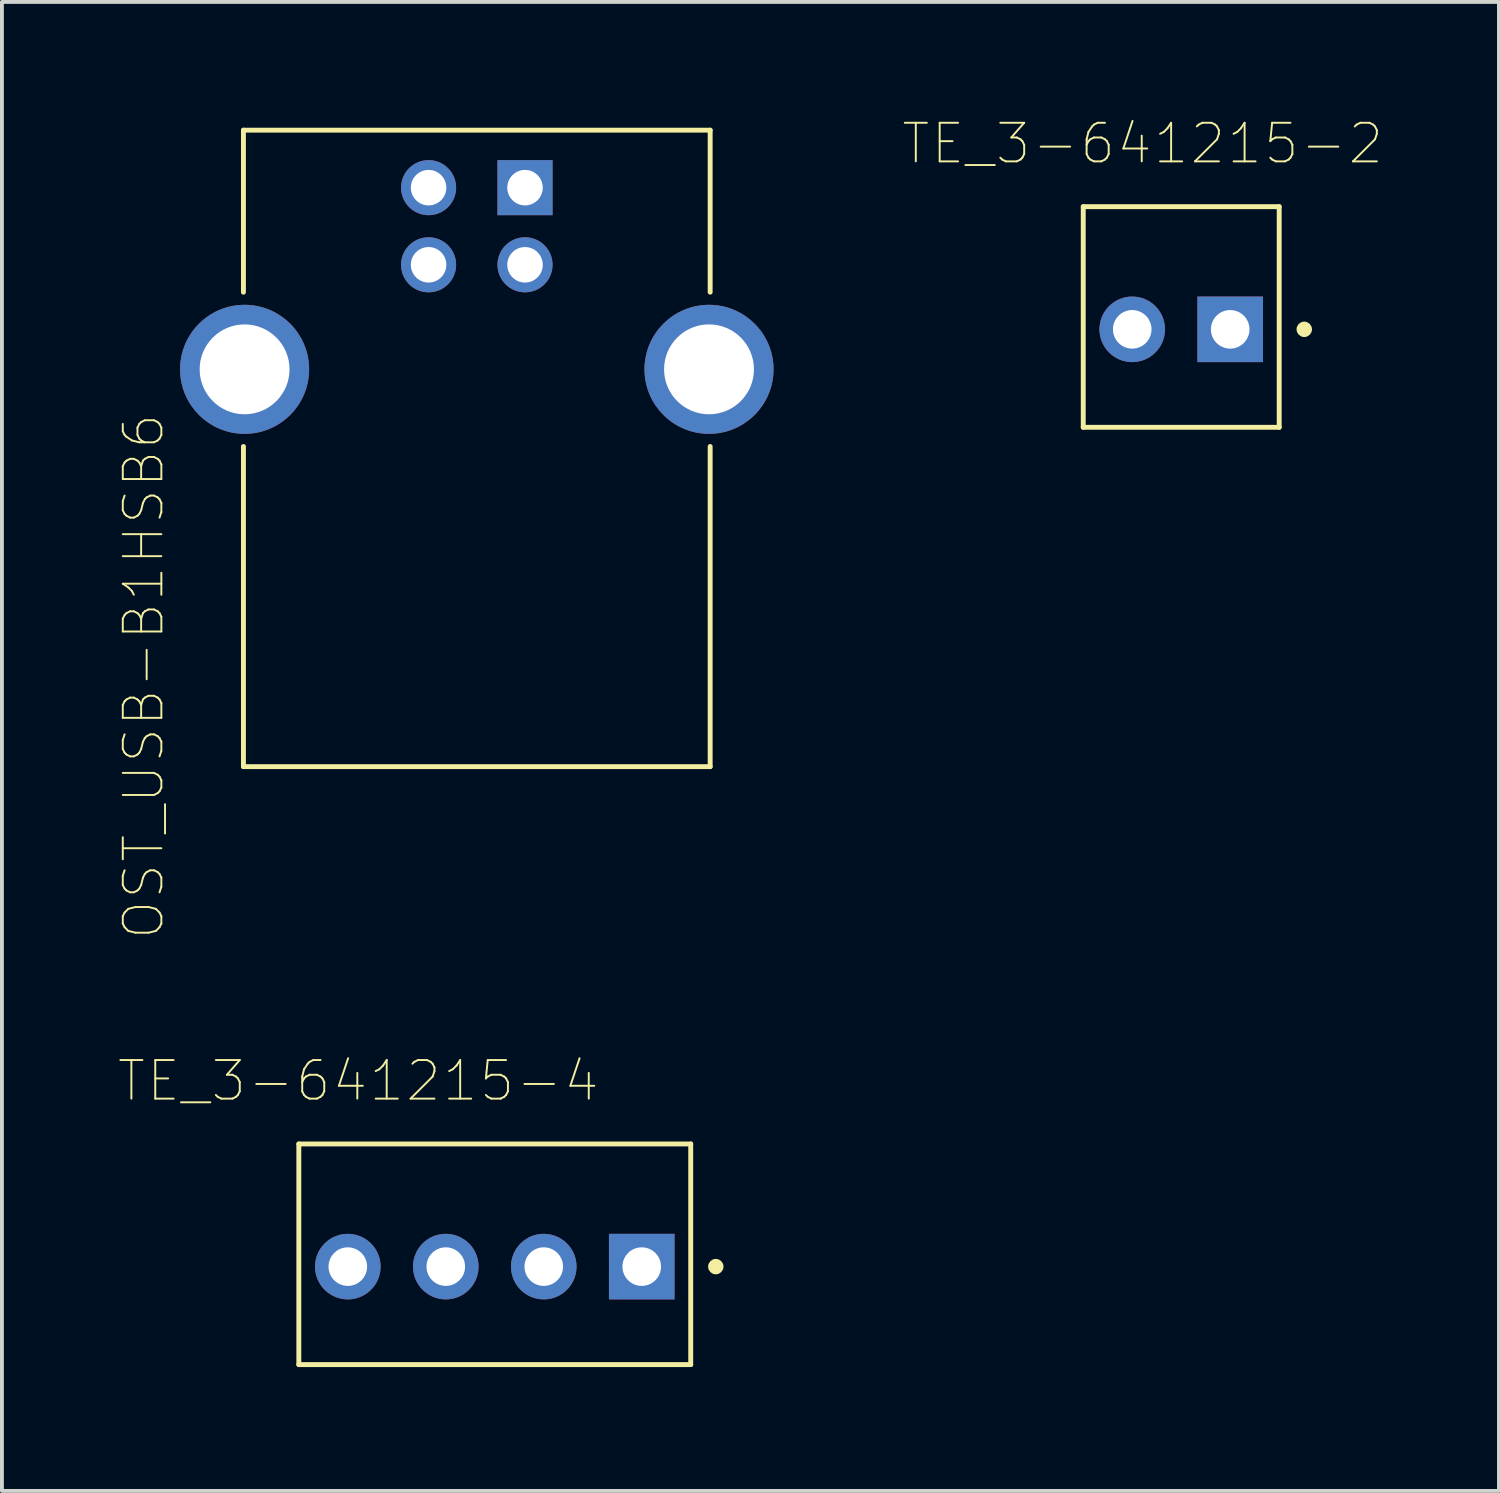
<source format=kicad_pcb>
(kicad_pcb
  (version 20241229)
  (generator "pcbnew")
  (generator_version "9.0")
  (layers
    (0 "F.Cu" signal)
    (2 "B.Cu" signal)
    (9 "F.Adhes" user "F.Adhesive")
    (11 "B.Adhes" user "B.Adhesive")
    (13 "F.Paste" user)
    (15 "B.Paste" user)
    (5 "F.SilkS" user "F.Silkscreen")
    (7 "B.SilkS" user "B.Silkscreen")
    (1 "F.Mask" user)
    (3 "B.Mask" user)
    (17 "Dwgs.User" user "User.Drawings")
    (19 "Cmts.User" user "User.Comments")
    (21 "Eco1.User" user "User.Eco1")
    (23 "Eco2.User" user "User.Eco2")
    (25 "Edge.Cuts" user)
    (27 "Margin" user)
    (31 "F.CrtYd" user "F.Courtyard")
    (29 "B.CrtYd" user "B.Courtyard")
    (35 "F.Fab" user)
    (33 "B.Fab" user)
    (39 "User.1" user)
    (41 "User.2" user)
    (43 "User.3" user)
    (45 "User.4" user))
  (footprint "OST_USB-B1HSB6"
    (layer "F.Cu")
    (at 9.311 6.525)
    (property "Reference" "OST_USB-B1HSB6" (at -8.638 7.963 90) (layer "F.SilkS") (effects (font (size 1 1) (thickness 0.05))))
    (attr through_hole)
    (fp_line (start -6.05 -6.2) (end 6.05 -6.2) (stroke (width 0.127) (type solid)) (layer "F.SilkS"))
    (fp_line (start -6.05 -2) (end -6.05 -6.2) (stroke (width 0.127) (type solid)) (layer "F.SilkS"))
    (fp_line (start -6.05 10.3) (end -6.05 2) (stroke (width 0.127) (type solid)) (layer "F.SilkS"))
    (fp_line (start 6.05 -6.2) (end 6.05 -2) (stroke (width 0.127) (type solid)) (layer "F.SilkS"))
    (fp_line (start 6.05 2) (end 6.05 10.3) (stroke (width 0.127) (type solid)) (layer "F.SilkS"))
    (fp_line (start 6.05 10.3) (end -6.05 10.3) (stroke (width 0.127) (type solid)) (layer "F.SilkS"))
    (fp_line (start -8 -6.5) (end 8 -6.5) (stroke (width 0.05) (type solid)) (layer "Eco1.User"))
    (fp_line (start -8 10.5) (end -8 -6.5) (stroke (width 0.05) (type solid)) (layer "Eco1.User"))
    (fp_line (start 8 -6.5) (end 8 10.5) (stroke (width 0.05) (type solid)) (layer "Eco1.User"))
    (fp_line (start 8 10.5) (end -8 10.5) (stroke (width 0.05) (type solid)) (layer "Eco1.User"))
    (pad "1" thru_hole rect (at 1.25 -4.71) (size 1.428 1.428) (drill 0.92) (layers "*.Cu" "*.Mask"))
    (pad "2" thru_hole circle (at -1.25 -4.71) (size 1.428 1.428) (drill 0.92) (layers "*.Cu" "*.Mask"))
    (pad "3" thru_hole circle (at -1.25 -2.71) (size 1.428 1.428) (drill 0.92) (layers "*.Cu" "*.Mask"))
    (pad "4" thru_hole circle (at 1.25 -2.71) (size 1.428 1.428) (drill 0.92) (layers "*.Cu" "*.Mask"))
    (pad "P1" thru_hole circle (at -6.02 0) (size 3.346 3.346) (drill 2.33) (layers "*.Cu" "*.Mask"))
    (pad "P2" thru_hole circle (at 6.02 0) (size 3.346 3.346) (drill 2.33) (layers "*.Cu" "*.Mask")))
  (footprint "TE_3-641215-2"
    (layer "F.Cu")
    (at 28.843 5.488)
    (property "Reference" "TE_3-641215-2" (at -2.27 -4.815 0) (layer "F.SilkS") (effects (font (size 1 1) (thickness 0.05))))
    (attr through_hole)
    (fp_line (start -3.81 2.54) (end -3.81 -3.18) (stroke (width 0.127) (type solid)) (layer "F.SilkS"))
    (fp_line (start 1.27 -3.18) (end -3.81 -3.18) (stroke (width 0.127) (type solid)) (layer "F.SilkS"))
    (fp_line (start 1.27 -3.18) (end 1.27 2.54) (stroke (width 0.127) (type solid)) (layer "F.SilkS"))
    (fp_line (start 1.27 2.54) (end -3.81 2.54) (stroke (width 0.127) (type solid)) (layer "F.SilkS"))
    (fp_circle (center 1.92 0) (end 2.02 0) (stroke (width 0.2) (type solid)) (fill no) (layer "F.SilkS"))
    (fp_line (start -4.06 -3.43) (end 1.52 -3.43) (stroke (width 0.05) (type solid)) (layer "Eco1.User"))
    (fp_line (start -4.06 2.79) (end -4.06 -3.43) (stroke (width 0.05) (type solid)) (layer "Eco1.User"))
    (fp_line (start 1.52 -3.43) (end 1.52 2.79) (stroke (width 0.05) (type solid)) (layer "Eco1.User"))
    (fp_line (start 1.52 2.79) (end -4.06 2.79) (stroke (width 0.05) (type solid)) (layer "Eco1.User"))
    (fp_line (start -3.81 -3.18) (end 1.27 -3.18) (stroke (width 0.127) (type solid)) (layer "Eco2.User"))
    (fp_line (start -3.81 -3.18) (end 1.27 -3.18) (stroke (width 0.127) (type solid)) (layer "Eco2.User"))
    (fp_line (start -3.81 2.54) (end -3.81 -3.18) (stroke (width 0.127) (type solid)) (layer "Eco2.User"))
    (fp_line (start -3.81 2.54) (end -3.81 -3.18) (stroke (width 0.127) (type solid)) (layer "Eco2.User"))
    (fp_line (start 1.27 -3.18) (end 1.27 2.54) (stroke (width 0.127) (type solid)) (layer "Eco2.User"))
    (fp_line (start 1.27 -3.18) (end 1.27 2.54) (stroke (width 0.127) (type solid)) (layer "Eco2.User"))
    (fp_line (start 1.27 2.54) (end -3.81 2.54) (stroke (width 0.127) (type solid)) (layer "Eco2.User"))
    (fp_circle (center 1.92 0) (end 2.02 0) (stroke (width 0.2) (type solid)) (fill no) (layer "Eco2.User"))
    (pad "1" thru_hole rect (at 0 0) (size 1.7 1.7) (drill 1) (layers "*.Cu" "*.Mask"))
    (pad "2" thru_hole circle (at -2.54 0) (size 1.7 1.7) (drill 1) (layers "*.Cu" "*.Mask")))
  (footprint "TE_3-641215-4"
    (layer "F.Cu")
    (at 13.587 29.787)
    (property "Reference" "TE_3-641215-4" (at -7.35 -4.815 0) (layer "F.SilkS") (effects (font (size 1 1) (thickness 0.05))))
    (attr through_hole)
    (fp_line (start -8.89 2.54) (end -8.89 -3.18) (stroke (width 0.127) (type solid)) (layer "F.SilkS"))
    (fp_line (start 1.27 -3.18) (end -8.89 -3.18) (stroke (width 0.127) (type solid)) (layer "F.SilkS"))
    (fp_line (start 1.27 -3.18) (end 1.27 2.54) (stroke (width 0.127) (type solid)) (layer "F.SilkS"))
    (fp_line (start 1.27 2.54) (end -8.89 2.54) (stroke (width 0.127) (type solid)) (layer "F.SilkS"))
    (fp_circle (center 1.92 0) (end 2.02 0) (stroke (width 0.2) (type solid)) (fill no) (layer "F.SilkS"))
    (fp_line (start -9.14 -3.43) (end 1.52 -3.43) (stroke (width 0.05) (type solid)) (layer "Eco1.User"))
    (fp_line (start -9.14 2.79) (end -9.14 -3.43) (stroke (width 0.05) (type solid)) (layer "Eco1.User"))
    (fp_line (start 1.52 -3.43) (end 1.52 2.79) (stroke (width 0.05) (type solid)) (layer "Eco1.User"))
    (fp_line (start 1.52 2.79) (end -9.14 2.79) (stroke (width 0.05) (type solid)) (layer "Eco1.User"))
    (fp_line (start -8.89 -3.18) (end 1.27 -3.18) (stroke (width 0.127) (type solid)) (layer "Eco2.User"))
    (fp_line (start -8.89 -3.18) (end 1.27 -3.18) (stroke (width 0.127) (type solid)) (layer "Eco2.User"))
    (fp_line (start -8.89 2.54) (end -8.89 -3.18) (stroke (width 0.127) (type solid)) (layer "Eco2.User"))
    (fp_line (start -8.89 2.54) (end -8.89 -3.18) (stroke (width 0.127) (type solid)) (layer "Eco2.User"))
    (fp_line (start 1.27 -3.18) (end 1.27 2.54) (stroke (width 0.127) (type solid)) (layer "Eco2.User"))
    (fp_line (start 1.27 -3.18) (end 1.27 2.54) (stroke (width 0.127) (type solid)) (layer "Eco2.User"))
    (fp_line (start 1.27 2.54) (end -8.89 2.54) (stroke (width 0.127) (type solid)) (layer "Eco2.User"))
    (fp_circle (center 1.92 0) (end 2.02 0) (stroke (width 0.2) (type solid)) (fill no) (layer "Eco2.User"))
    (pad "1" thru_hole rect (at 0 0) (size 1.7 1.7) (drill 1) (layers "*.Cu" "*.Mask"))
    (pad "2" thru_hole circle (at -2.54 0) (size 1.7 1.7) (drill 1) (layers "*.Cu" "*.Mask"))
    (pad "3" thru_hole circle (at -5.08 0) (size 1.7 1.7) (drill 1) (layers "*.Cu" "*.Mask"))
    (pad "4" thru_hole circle (at -7.62 0) (size 1.7 1.7) (drill 1) (layers "*.Cu" "*.Mask")))
  (gr_rect
    (start -3 -3)
    (end 35.81 35.602)
    (stroke (width 0.1) (type default))
    (fill no)
    (layer "Edge.Cuts")))
</source>
